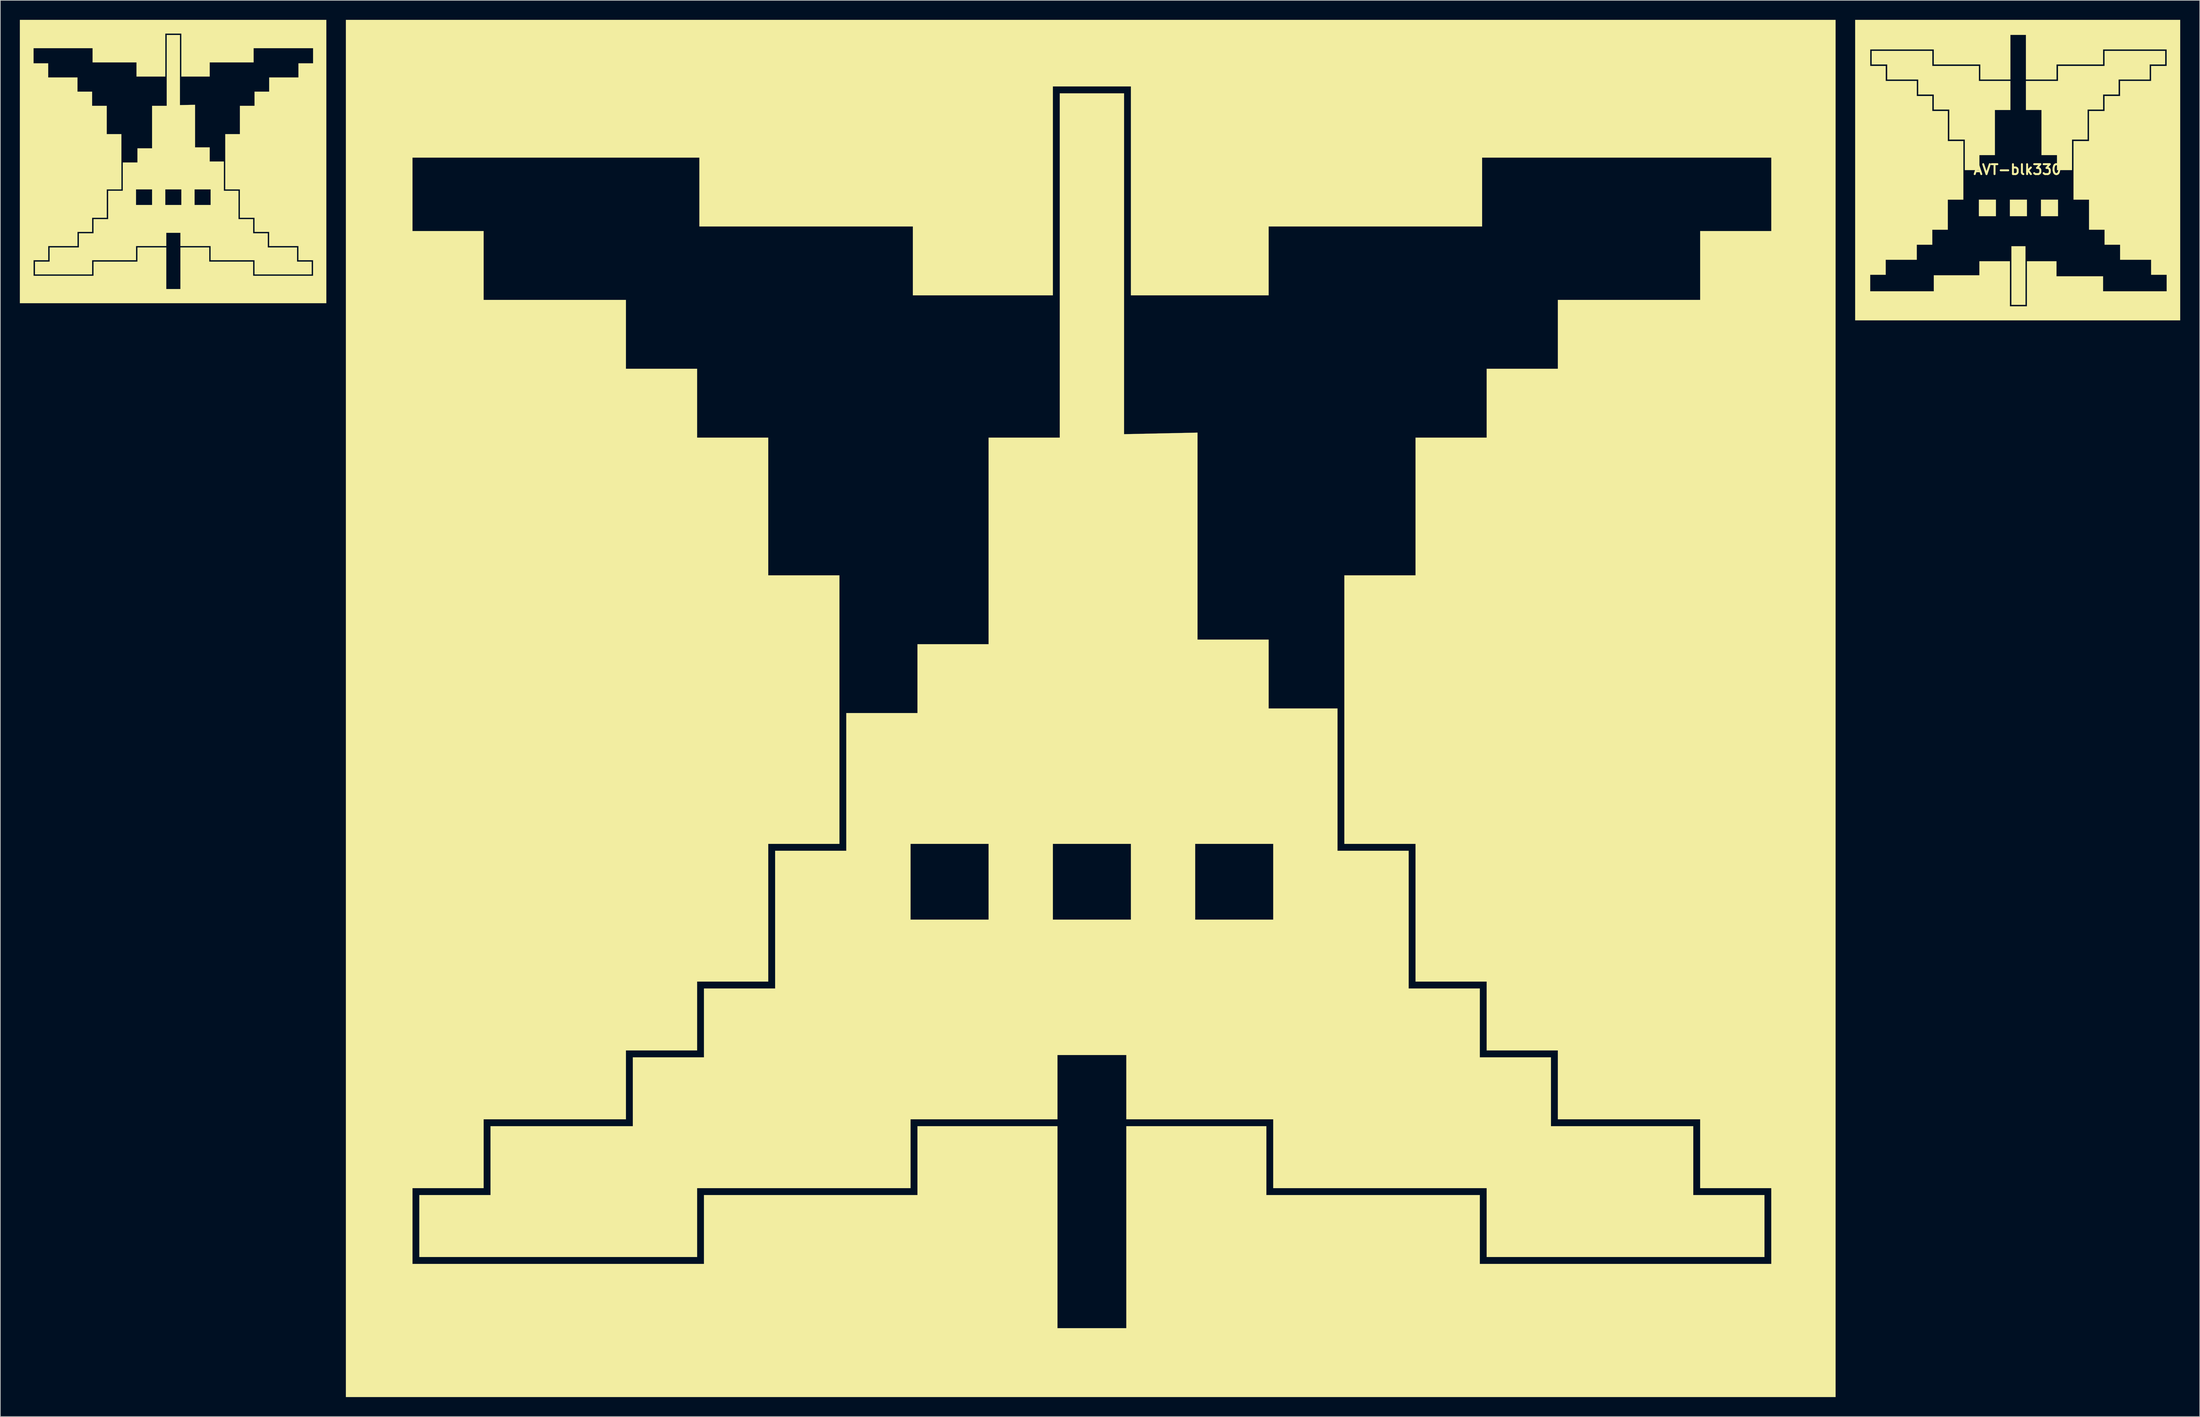
<source format=kicad_pcb>
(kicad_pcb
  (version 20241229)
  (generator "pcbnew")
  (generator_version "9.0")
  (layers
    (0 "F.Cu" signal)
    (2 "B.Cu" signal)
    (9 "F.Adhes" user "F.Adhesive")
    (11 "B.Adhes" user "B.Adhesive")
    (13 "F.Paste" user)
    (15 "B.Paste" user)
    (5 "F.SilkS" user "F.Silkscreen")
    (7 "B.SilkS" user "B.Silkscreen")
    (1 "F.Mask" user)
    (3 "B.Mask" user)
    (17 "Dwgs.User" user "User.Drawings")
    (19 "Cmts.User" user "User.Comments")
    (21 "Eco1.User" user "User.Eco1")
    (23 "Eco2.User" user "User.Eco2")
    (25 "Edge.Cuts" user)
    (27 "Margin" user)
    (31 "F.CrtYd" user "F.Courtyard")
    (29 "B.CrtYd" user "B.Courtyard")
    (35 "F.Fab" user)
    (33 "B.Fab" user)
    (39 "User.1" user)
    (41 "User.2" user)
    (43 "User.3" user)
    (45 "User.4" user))
  (footprint "AVT350"
    (layer "F.Cu")
    (at 23.518 21.704)
    (property "Reference" "AVT350" (at 0 0 0) (layer "F.SilkS") (effects (font (size 1.524 1.524) (thickness 0.3))))
    (attr through_hole)
    (fp_poly (pts (xy 1.089 -13.988) (xy 1.088 -8.6) (xy 2.25 -8.624) (xy 3.411 -8.649) (xy 3.411 -2.105) (xy 5.661 -2.105) (xy 5.661 0.073) (xy 7.838 0.073) (xy 7.838 4.572) (xy 10.087 4.572) (xy 10.087 8.926) (xy 12.337 8.926) (xy 12.337 11.103) (xy 14.587 11.103) (xy 14.587 13.281) (xy 19.086 13.281) (xy 19.086 15.458) (xy 21.336 15.458) (xy 21.336 17.417) (xy 12.555 17.417) (xy 12.555 15.24) (xy 5.806 15.24) (xy 5.806 13.063) (xy 1.161 13.063) (xy 1.161 11.031) (xy -1.016 11.031) (xy -1.016 13.063) (xy -5.661 13.063) (xy -5.661 15.24) (xy -12.41 15.24) (xy -12.41 17.417) (xy -21.191 17.417) (xy -21.191 15.458) (xy -18.941 15.458) (xy -18.941 13.281) (xy -14.442 13.281) (xy -14.442 11.103) (xy -12.192 11.103) (xy -12.192 8.926) (xy -9.942 8.926) (xy -9.942 4.572) (xy -7.693 4.572) (xy -7.693 4.354) (xy -5.661 4.354) (xy -5.661 6.749) (xy -3.193 6.749) (xy -3.193 4.354) (xy -1.161 4.354) (xy -1.161 6.749) (xy 1.306 6.749) (xy 1.306 4.354) (xy 3.338 4.354) (xy 3.338 6.749) (xy 5.806 6.749) (xy 5.806 4.354) (xy 3.338 4.354) (xy 1.306 4.354) (xy -1.161 4.354) (xy -3.193 4.354) (xy -5.661 4.354) (xy -7.693 4.354) (xy -7.693 0.218) (xy -5.443 0.218) (xy -5.443 -1.959) (xy -3.193 -1.959) (xy -3.193 -8.491) (xy -0.943 -8.491) (xy -0.943 -19.377) (xy 1.089 -19.377) (xy 1.089 -13.988)) (stroke (width 0.01) (type solid)) (fill yes) (layer "F.SilkS"))
    (fp_poly (pts (xy 23.586 21.844) (xy -23.513 21.844) (xy -23.513 -17.345) (xy -21.409 -17.345) (xy -21.409 -15.022) (xy -19.159 -15.022) (xy -19.159 -12.845) (xy -14.659 -12.845) (xy -14.659 -10.668) (xy -12.41 -10.668) (xy -12.41 -8.491) (xy -10.16 -8.491) (xy -10.16 -4.137) (xy -7.91 -4.137) (xy -7.91 4.354) (xy -10.16 4.354) (xy -10.16 8.709) (xy -12.41 8.709) (xy -12.41 10.886) (xy -14.659 10.886) (xy -14.659 13.063) (xy -19.159 13.063) (xy -19.159 15.24) (xy -21.409 15.24) (xy -21.409 17.635) (xy -12.192 17.635) (xy -12.192 15.458) (xy -5.443 15.458) (xy -5.443 13.281) (xy -1.016 13.281) (xy -1.016 19.667) (xy 1.161 19.667) (xy 1.161 13.281) (xy 5.588 13.281) (xy 5.588 15.458) (xy 12.337 15.458) (xy 12.337 17.635) (xy 21.554 17.635) (xy 21.554 15.24) (xy 19.304 15.24) (xy 19.304 13.063) (xy 14.805 13.063) (xy 14.805 10.886) (xy 12.555 10.886) (xy 12.555 8.709) (xy 10.305 8.709) (xy 10.305 4.354) (xy 8.055 4.354) (xy 8.055 -4.137) (xy 10.305 -4.137) (xy 10.305 -8.491) (xy 12.555 -8.491) (xy 12.555 -10.668) (xy 14.805 -10.668) (xy 14.805 -12.845) (xy 19.304 -12.845) (xy 19.304 -15.022) (xy 21.554 -15.022) (xy 21.554 -17.345) (xy 12.41 -17.345) (xy 12.41 -15.167) (xy 5.661 -15.167) (xy 5.661 -12.99) (xy 1.306 -12.99) (xy 1.306 -19.594) (xy -1.161 -19.594) (xy -1.161 -12.99) (xy -5.588 -12.99) (xy -5.588 -15.167) (xy -12.337 -15.167) (xy -12.337 -17.345) (xy -21.409 -17.345) (xy -23.513 -17.345) (xy -23.513 -21.699) (xy 23.586 -21.699) (xy 23.586 21.844)) (stroke (width 0.01) (type solid)) (fill yes) (layer "F.SilkS")))
  (footprint "AVT"
    (layer "F.Cu")
    (at 164.414 105.486)
    (property "Reference" "AVT" (at 0 0 0) (layer "F.SilkS") (effects (font (size 1.524 1.524) (thickness 0.3))))
    (attr through_hole)
    (fp_poly (pts (xy 5.291 -41.804) (xy 10.936 -41.923) (xy 16.581 -42.043) (xy 16.581 -10.231) (xy 27.517 -10.231) (xy 27.517 0.353) (xy 38.1 0.353) (xy 38.1 22.225) (xy 49.036 22.225) (xy 49.036 43.392) (xy 59.972 43.392) (xy 59.972 53.975) (xy 70.908 53.975) (xy 70.908 64.558) (xy 92.781 64.558) (xy 92.781 75.142) (xy 103.717 75.142) (xy 103.717 84.667) (xy 61.031 84.667) (xy 61.031 74.083) (xy 28.222 74.083) (xy 28.222 63.5) (xy 5.644 63.5) (xy 5.644 53.622) (xy -4.939 53.622) (xy -4.939 63.5) (xy -27.517 63.5) (xy -27.517 74.083) (xy -60.325 74.083) (xy -60.325 84.667) (xy -103.011 84.667) (xy -103.011 75.142) (xy -92.075 75.142) (xy -92.075 64.558) (xy -70.203 64.558) (xy -70.203 53.975) (xy -59.267 53.975) (xy -59.267 43.392) (xy -48.331 43.392) (xy -48.331 22.225) (xy -37.394 22.225) (xy -37.394 21.167) (xy -27.517 21.167) (xy -27.517 32.808) (xy -15.522 32.808) (xy -15.522 21.167) (xy -5.644 21.167) (xy -5.644 32.808) (xy 6.35 32.808) (xy 6.35 21.167) (xy 16.228 21.167) (xy 16.228 32.808) (xy 28.222 32.808) (xy 28.222 21.167) (xy 16.228 21.167) (xy 6.35 21.167) (xy -5.644 21.167) (xy -15.522 21.167) (xy -27.517 21.167) (xy -37.394 21.167) (xy -37.394 1.058) (xy -26.458 1.058) (xy -26.458 -9.525) (xy -15.522 -9.525) (xy -15.522 -41.275) (xy -4.586 -41.275) (xy -4.586 -94.192) (xy 5.292 -94.192) (xy 5.291 -41.804)) (stroke (width 0.01) (type solid)) (fill yes) (layer "F.SilkS"))
    (fp_poly (pts (xy 114.653 106.186) (xy -114.3 106.186) (xy -114.3 -84.314) (xy -104.069 -84.314) (xy -104.069 -73.025) (xy -93.133 -73.025) (xy -93.133 -62.442) (xy -71.261 -62.442) (xy -71.261 -51.858) (xy -60.325 -51.858) (xy -60.325 -41.275) (xy -49.389 -41.275) (xy -49.389 -20.108) (xy -38.453 -20.108) (xy -38.453 21.167) (xy -49.389 21.167) (xy -49.389 42.333) (xy -60.325 42.333) (xy -60.325 52.917) (xy -71.261 52.917) (xy -71.261 63.5) (xy -93.133 63.5) (xy -93.133 74.083) (xy -104.069 74.083) (xy -104.069 85.725) (xy -59.267 85.725) (xy -59.267 75.142) (xy -26.458 75.142) (xy -26.458 64.558) (xy -4.939 64.558) (xy -4.939 95.603) (xy 5.644 95.603) (xy 5.644 64.558) (xy 27.164 64.558) (xy 27.164 75.142) (xy 59.972 75.142) (xy 59.972 85.725) (xy 104.775 85.725) (xy 104.775 74.083) (xy 93.839 74.083) (xy 93.839 63.5) (xy 71.967 63.5) (xy 71.967 52.917) (xy 61.031 52.917) (xy 61.031 42.333) (xy 50.094 42.333) (xy 50.094 21.167) (xy 39.158 21.167) (xy 39.158 -20.108) (xy 50.094 -20.108) (xy 50.094 -41.275) (xy 61.031 -41.275) (xy 61.031 -51.858) (xy 71.967 -51.858) (xy 71.967 -62.442) (xy 93.839 -62.442) (xy 93.839 -73.025) (xy 104.775 -73.025) (xy 104.775 -84.314) (xy 60.325 -84.314) (xy 60.325 -73.731) (xy 27.517 -73.731) (xy 27.517 -63.147) (xy 6.35 -63.147) (xy 6.35 -95.25) (xy -5.644 -95.25) (xy -5.644 -63.147) (xy -27.164 -63.147) (xy -27.164 -73.731) (xy -59.972 -73.731) (xy -59.972 -84.314) (xy -104.069 -84.314) (xy -114.3 -84.314) (xy -114.3 -105.481) (xy 114.653 -105.481) (xy 114.653 106.186)) (stroke (width 0.01) (type solid)) (fill yes) (layer "F.SilkS")))
  (footprint "AVT-blk330"
    (layer "F.Cu")
    (at 307.015 23.019)
    (property "Reference" "AVT-blk330" (at 0 0 0) (layer "F.SilkS") (effects (font (size 1.524 1.524) (thickness 0.3))))
    (attr through_hole)
    (fp_poly (pts (xy -3.31 7.158) (xy -5.927 7.158) (xy -5.927 4.618) (xy -3.31 4.618) (xy -3.31 7.158)) (stroke (width 0.01) (type solid)) (fill yes) (layer "F.SilkS"))
    (fp_poly (pts (xy 1.232 20.782) (xy -0.924 20.782) (xy -0.924 11.776) (xy 1.232 11.776) (xy 1.232 20.782)) (stroke (width 0.01) (type solid)) (fill yes) (layer "F.SilkS"))
    (fp_poly (pts (xy 1.462 7.158) (xy -1.155 7.158) (xy -1.155 4.618) (xy 1.462 4.618) (xy 1.462 7.158)) (stroke (width 0.01) (type solid)) (fill yes) (layer "F.SilkS"))
    (fp_poly (pts (xy 6.235 7.158) (xy 3.618 7.158) (xy 3.618 4.618) (xy 6.235 4.618) (xy 6.235 7.158)) (stroke (width 0.01) (type solid)) (fill yes) (layer "F.SilkS"))
    (fp_poly (pts (xy -13.085 -15.933) (xy -5.927 -15.933) (xy -5.927 -13.624) (xy -1.078 -13.624) (xy -1.078 -9.159) (xy -3.464 -9.159) (xy -3.464 -2.232) (xy -5.85 -2.232) (xy -5.85 0.077) (xy -8.082 0.077) (xy -8.082 -4.618) (xy -10.468 -4.618) (xy -10.468 -9.236) (xy -12.854 -9.236) (xy -12.854 -11.545) (xy -15.24 -11.545) (xy -15.24 -13.855) (xy -20.012 -13.855) (xy -20.012 -16.164) (xy -22.398 -16.164) (xy -22.398 -18.242) (xy -13.085 -18.242) (xy -13.085 -15.933)) (stroke (width 0.01) (type solid)) (fill yes) (layer "F.SilkS"))
    (fp_poly (pts (xy 22.706 -16.164) (xy 20.32 -16.164) (xy 20.32 -13.855) (xy 15.548 -13.855) (xy 15.548 -11.545) (xy 13.162 -11.545) (xy 13.162 -9.236) (xy 10.776 -9.236) (xy 10.776 -4.618) (xy 8.39 -4.618) (xy 8.39 0.077) (xy 6.081 0.077) (xy 6.081 -2.232) (xy 3.695 -2.232) (xy 3.695 -9.159) (xy 1.308 -9.159) (xy 1.308 -13.624) (xy 6.235 -13.624) (xy 6.235 -15.933) (xy 13.393 -15.933) (xy 13.393 -18.242) (xy 22.706 -18.242) (xy 22.706 -16.164)) (stroke (width 0.01) (type solid)) (fill yes) (layer "F.SilkS"))
    (fp_poly (pts (xy 25.015 23.168) (xy -24.938 23.168) (xy -24.938 -18.473) (xy -22.629 -18.473) (xy -22.629 -15.933) (xy -20.243 -15.933) (xy -20.243 -13.624) (xy -15.471 -13.624) (xy -15.471 -11.315) (xy -13.085 -11.315) (xy -13.085 -9.005) (xy -10.699 -9.005) (xy -10.699 -4.387) (xy -8.313 -4.387) (xy -8.313 4.618) (xy -10.699 4.618) (xy -10.699 9.236) (xy -13.085 9.236) (xy -13.085 11.545) (xy -15.471 11.545) (xy -15.471 13.855) (xy -20.243 13.855) (xy -20.243 16.164) (xy -22.629 16.164) (xy -22.629 18.704) (xy -12.854 18.704) (xy -12.854 16.241) (xy -5.85 16.241) (xy -5.85 14.085) (xy -1.155 14.085) (xy -1.155 21.013) (xy 1.462 21.013) (xy 1.462 14.085) (xy 6.004 14.085) (xy 6.004 16.395) (xy 13.162 16.395) (xy 13.162 18.704) (xy 22.937 18.704) (xy 22.937 16.164) (xy 20.551 16.164) (xy 20.551 13.855) (xy 15.779 13.855) (xy 15.779 11.545) (xy 13.393 11.545) (xy 13.393 9.236) (xy 11.007 9.236) (xy 11.007 4.618) (xy 8.621 4.618) (xy 8.621 -4.387) (xy 11.007 -4.387) (xy 11.007 -9.005) (xy 13.393 -9.005) (xy 13.393 -11.315) (xy 15.779 -11.315) (xy 15.779 -13.624) (xy 20.551 -13.624) (xy 20.551 -15.933) (xy 22.937 -15.933) (xy 22.937 -18.473) (xy 13.162 -18.473) (xy 13.162 -16.164) (xy 6.004 -16.164) (xy 6.004 -13.855) (xy 1.308 -13.855) (xy 1.308 -20.705) (xy -1.078 -20.705) (xy -1.078 -13.855) (xy -5.696 -13.855) (xy -5.696 -16.164) (xy -12.854 -16.164) (xy -12.854 -18.473) (xy -22.629 -18.473) (xy -24.938 -18.473) (xy -24.938 -23.014) (xy 25.015 -23.014) (xy 25.015 23.168)) (stroke (width 0.01) (type solid)) (fill yes) (layer "F.SilkS")))
  (gr_rect
    (start -3 -3)
    (end 335.035 214.677)
    (stroke (width 0.1) (type default))
    (fill no)
    (layer "Edge.Cuts")))
</source>
